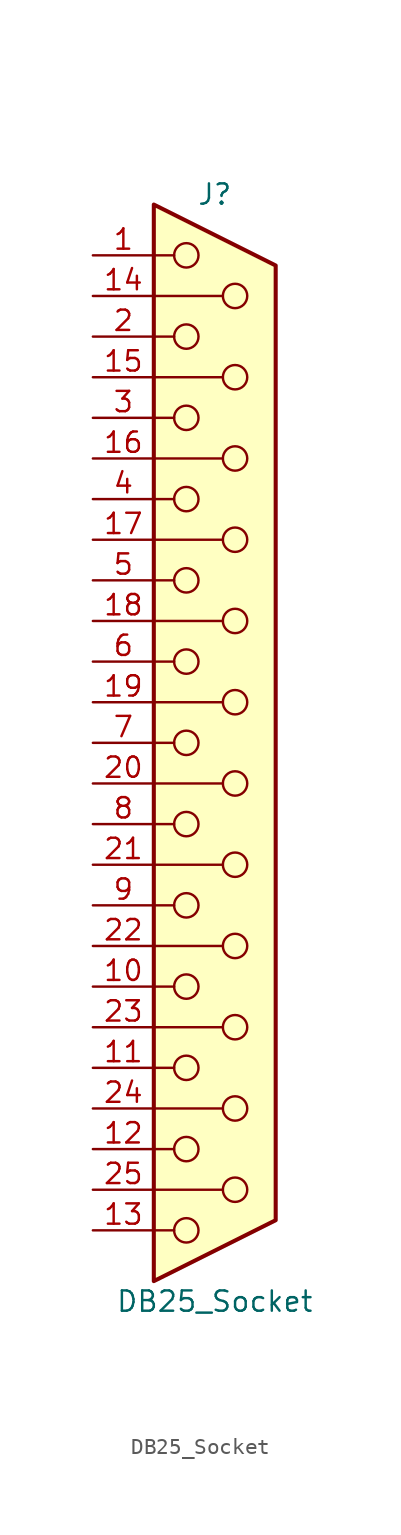
<source format=kicad_sym>
(kicad_symbol_lib
  (version 20241209)
  (generator "kicad_symbol_editor")
  (generator_version "9.0")
  (symbol "DB25_Socket"
    (pin_names
      (offset 1.016)
      (hide yes))
    (property "Reference" "J"
      (at 0 34.29 0)
      (effects (font (size 1.27 1.27))))
    (property "Value" "DB25_Socket"
      (at 0 -34.925 0)
      (effects (font (size 1.27 1.27))))
    (symbol "DB25_Socket_0_1"
      (polyline (pts (xy -3.81 33.655) (xy 3.81 29.845) (xy 3.81 -29.845) (xy -3.81 -33.655) (xy -3.81 33.655)) (stroke (width 0.254) (type default)) (fill (type background)))
      (polyline (pts (xy -3.81 30.48) (xy -2.54 30.48)) (stroke (width 0) (type default)) (fill (type none)))
      (polyline (pts (xy -3.81 27.94) (xy 0.508 27.94)) (stroke (width 0) (type default)) (fill (type none)))
      (polyline (pts (xy -3.81 25.4) (xy -2.54 25.4)) (stroke (width 0) (type default)) (fill (type none)))
      (polyline (pts (xy -3.81 22.86) (xy 0.508 22.86)) (stroke (width 0) (type default)) (fill (type none)))
      (polyline (pts (xy -3.81 20.32) (xy -2.54 20.32)) (stroke (width 0) (type default)) (fill (type none)))
      (polyline (pts (xy -3.81 17.78) (xy 0.508 17.78)) (stroke (width 0) (type default)) (fill (type none)))
      (polyline (pts (xy -3.81 15.24) (xy -2.54 15.24)) (stroke (width 0) (type default)) (fill (type none)))
      (polyline (pts (xy -3.81 12.7) (xy 0.508 12.7)) (stroke (width 0) (type default)) (fill (type none)))
      (polyline (pts (xy -3.81 10.16) (xy -2.54 10.16)) (stroke (width 0) (type default)) (fill (type none)))
      (polyline (pts (xy -3.81 7.62) (xy 0.508 7.62)) (stroke (width 0) (type default)) (fill (type none)))
      (polyline (pts (xy -3.81 5.08) (xy -2.54 5.08)) (stroke (width 0) (type default)) (fill (type none)))
      (polyline (pts (xy -3.81 2.54) (xy 0.508 2.54)) (stroke (width 0) (type default)) (fill (type none)))
      (polyline (pts (xy -3.81 0) (xy -2.54 0)) (stroke (width 0) (type default)) (fill (type none)))
      (polyline (pts (xy -3.81 -2.54) (xy 0.508 -2.54)) (stroke (width 0) (type default)) (fill (type none)))
      (polyline (pts (xy -3.81 -5.08) (xy -2.54 -5.08)) (stroke (width 0) (type default)) (fill (type none)))
      (polyline (pts (xy -3.81 -7.62) (xy 0.508 -7.62)) (stroke (width 0) (type default)) (fill (type none)))
      (polyline (pts (xy -3.81 -10.16) (xy -2.54 -10.16)) (stroke (width 0) (type default)) (fill (type none)))
      (polyline (pts (xy -3.81 -12.7) (xy 0.508 -12.7)) (stroke (width 0) (type default)) (fill (type none)))
      (polyline (pts (xy -3.81 -15.24) (xy -2.54 -15.24)) (stroke (width 0) (type default)) (fill (type none)))
      (polyline (pts (xy -3.81 -17.78) (xy 0.508 -17.78)) (stroke (width 0) (type default)) (fill (type none)))
      (polyline (pts (xy -3.81 -20.32) (xy -2.54 -20.32)) (stroke (width 0) (type default)) (fill (type none)))
      (polyline (pts (xy -3.81 -22.86) (xy 0.508 -22.86)) (stroke (width 0) (type default)) (fill (type none)))
      (polyline (pts (xy -3.81 -25.4) (xy -2.54 -25.4)) (stroke (width 0) (type default)) (fill (type none)))
      (polyline (pts (xy -3.81 -27.94) (xy 0.508 -27.94)) (stroke (width 0) (type default)) (fill (type none)))
      (polyline (pts (xy -3.81 -30.48) (xy -2.54 -30.48)) (stroke (width 0) (type default)) (fill (type none)))
      (circle (center -1.778 30.48) (radius 0.762) (stroke (width 0) (type default)) (fill (type none)))
      (circle (center -1.778 25.4) (radius 0.762) (stroke (width 0) (type default)) (fill (type none)))
      (circle (center -1.778 20.32) (radius 0.762) (stroke (width 0) (type default)) (fill (type none)))
      (circle (center -1.778 15.24) (radius 0.762) (stroke (width 0) (type default)) (fill (type none)))
      (circle (center -1.778 10.16) (radius 0.762) (stroke (width 0) (type default)) (fill (type none)))
      (circle (center -1.778 5.08) (radius 0.762) (stroke (width 0) (type default)) (fill (type none)))
      (circle (center -1.778 0) (radius 0.762) (stroke (width 0) (type default)) (fill (type none)))
      (circle (center -1.778 -5.08) (radius 0.762) (stroke (width 0) (type default)) (fill (type none)))
      (circle (center -1.778 -10.16) (radius 0.762) (stroke (width 0) (type default)) (fill (type none)))
      (circle (center -1.778 -15.24) (radius 0.762) (stroke (width 0) (type default)) (fill (type none)))
      (circle (center -1.778 -20.32) (radius 0.762) (stroke (width 0) (type default)) (fill (type none)))
      (circle (center -1.778 -25.4) (radius 0.762) (stroke (width 0) (type default)) (fill (type none)))
      (circle (center -1.778 -30.48) (radius 0.762) (stroke (width 0) (type default)) (fill (type none)))
      (circle (center 1.27 27.94) (radius 0.762) (stroke (width 0) (type default)) (fill (type none)))
      (circle (center 1.27 22.86) (radius 0.762) (stroke (width 0) (type default)) (fill (type none)))
      (circle (center 1.27 17.78) (radius 0.762) (stroke (width 0) (type default)) (fill (type none)))
      (circle (center 1.27 12.7) (radius 0.762) (stroke (width 0) (type default)) (fill (type none)))
      (circle (center 1.27 7.62) (radius 0.762) (stroke (width 0) (type default)) (fill (type none)))
      (circle (center 1.27 2.54) (radius 0.762) (stroke (width 0) (type default)) (fill (type none)))
      (circle (center 1.27 -2.54) (radius 0.762) (stroke (width 0) (type default)) (fill (type none)))
      (circle (center 1.27 -7.62) (radius 0.762) (stroke (width 0) (type default)) (fill (type none)))
      (circle (center 1.27 -12.7) (radius 0.762) (stroke (width 0) (type default)) (fill (type none)))
      (circle (center 1.27 -17.78) (radius 0.762) (stroke (width 0) (type default)) (fill (type none)))
      (circle (center 1.27 -22.86) (radius 0.762) (stroke (width 0) (type default)) (fill (type none)))
      (circle (center 1.27 -27.94) (radius 0.762) (stroke (width 0) (type default)) (fill (type none))))
    (symbol "DB25_Socket_1_1"
      (pin passive line (at -7.62 30.48 0) (length 3.81) (name "1" (effects (font (size 1.27 1.27)))) (number "1" (effects (font (size 1.27 1.27)))))
      (pin passive line (at -7.62 27.94 0) (length 3.81) (name "P14" (effects (font (size 1.27 1.27)))) (number "14" (effects (font (size 1.27 1.27)))))
      (pin passive line (at -7.62 25.4 0) (length 3.81) (name "2" (effects (font (size 1.27 1.27)))) (number "2" (effects (font (size 1.27 1.27)))))
      (pin passive line (at -7.62 22.86 0) (length 3.81) (name "P15" (effects (font (size 1.27 1.27)))) (number "15" (effects (font (size 1.27 1.27)))))
      (pin passive line (at -7.62 20.32 0) (length 3.81) (name "3" (effects (font (size 1.27 1.27)))) (number "3" (effects (font (size 1.27 1.27)))))
      (pin passive line (at -7.62 17.78 0) (length 3.81) (name "P16" (effects (font (size 1.27 1.27)))) (number "16" (effects (font (size 1.27 1.27)))))
      (pin passive line (at -7.62 15.24 0) (length 3.81) (name "4" (effects (font (size 1.27 1.27)))) (number "4" (effects (font (size 1.27 1.27)))))
      (pin passive line (at -7.62 12.7 0) (length 3.81) (name "P17" (effects (font (size 1.27 1.27)))) (number "17" (effects (font (size 1.27 1.27)))))
      (pin passive line (at -7.62 10.16 0) (length 3.81) (name "5" (effects (font (size 1.27 1.27)))) (number "5" (effects (font (size 1.27 1.27)))))
      (pin passive line (at -7.62 7.62 0) (length 3.81) (name "P18" (effects (font (size 1.27 1.27)))) (number "18" (effects (font (size 1.27 1.27)))))
      (pin passive line (at -7.62 5.08 0) (length 3.81) (name "6" (effects (font (size 1.27 1.27)))) (number "6" (effects (font (size 1.27 1.27)))))
      (pin passive line (at -7.62 2.54 0) (length 3.81) (name "P19" (effects (font (size 1.27 1.27)))) (number "19" (effects (font (size 1.27 1.27)))))
      (pin passive line (at -7.62 0 0) (length 3.81) (name "7" (effects (font (size 1.27 1.27)))) (number "7" (effects (font (size 1.27 1.27)))))
      (pin passive line (at -7.62 -2.54 0) (length 3.81) (name "P20" (effects (font (size 1.27 1.27)))) (number "20" (effects (font (size 1.27 1.27)))))
      (pin passive line (at -7.62 -5.08 0) (length 3.81) (name "8" (effects (font (size 1.27 1.27)))) (number "8" (effects (font (size 1.27 1.27)))))
      (pin passive line (at -7.62 -7.62 0) (length 3.81) (name "P21" (effects (font (size 1.27 1.27)))) (number "21" (effects (font (size 1.27 1.27)))))
      (pin passive line (at -7.62 -10.16 0) (length 3.81) (name "9" (effects (font (size 1.27 1.27)))) (number "9" (effects (font (size 1.27 1.27)))))
      (pin passive line (at -7.62 -12.7 0) (length 3.81) (name "P22" (effects (font (size 1.27 1.27)))) (number "22" (effects (font (size 1.27 1.27)))))
      (pin passive line (at -7.62 -15.24 0) (length 3.81) (name "10" (effects (font (size 1.27 1.27)))) (number "10" (effects (font (size 1.27 1.27)))))
      (pin passive line (at -7.62 -17.78 0) (length 3.81) (name "P23" (effects (font (size 1.27 1.27)))) (number "23" (effects (font (size 1.27 1.27)))))
      (pin passive line (at -7.62 -20.32 0) (length 3.81) (name "11" (effects (font (size 1.27 1.27)))) (number "11" (effects (font (size 1.27 1.27)))))
      (pin passive line (at -7.62 -22.86 0) (length 3.81) (name "P24" (effects (font (size 1.27 1.27)))) (number "24" (effects (font (size 1.27 1.27)))))
      (pin passive line (at -7.62 -25.4 0) (length 3.81) (name "12" (effects (font (size 1.27 1.27)))) (number "12" (effects (font (size 1.27 1.27)))))
      (pin passive line (at -7.62 -27.94 0) (length 3.81) (name "P25" (effects (font (size 1.27 1.27)))) (number "25" (effects (font (size 1.27 1.27)))))
      (pin passive line (at -7.62 -30.48 0) (length 3.81) (name "13" (effects (font (size 1.27 1.27)))) (number "13" (effects (font (size 1.27 1.27))))))))
</source>
